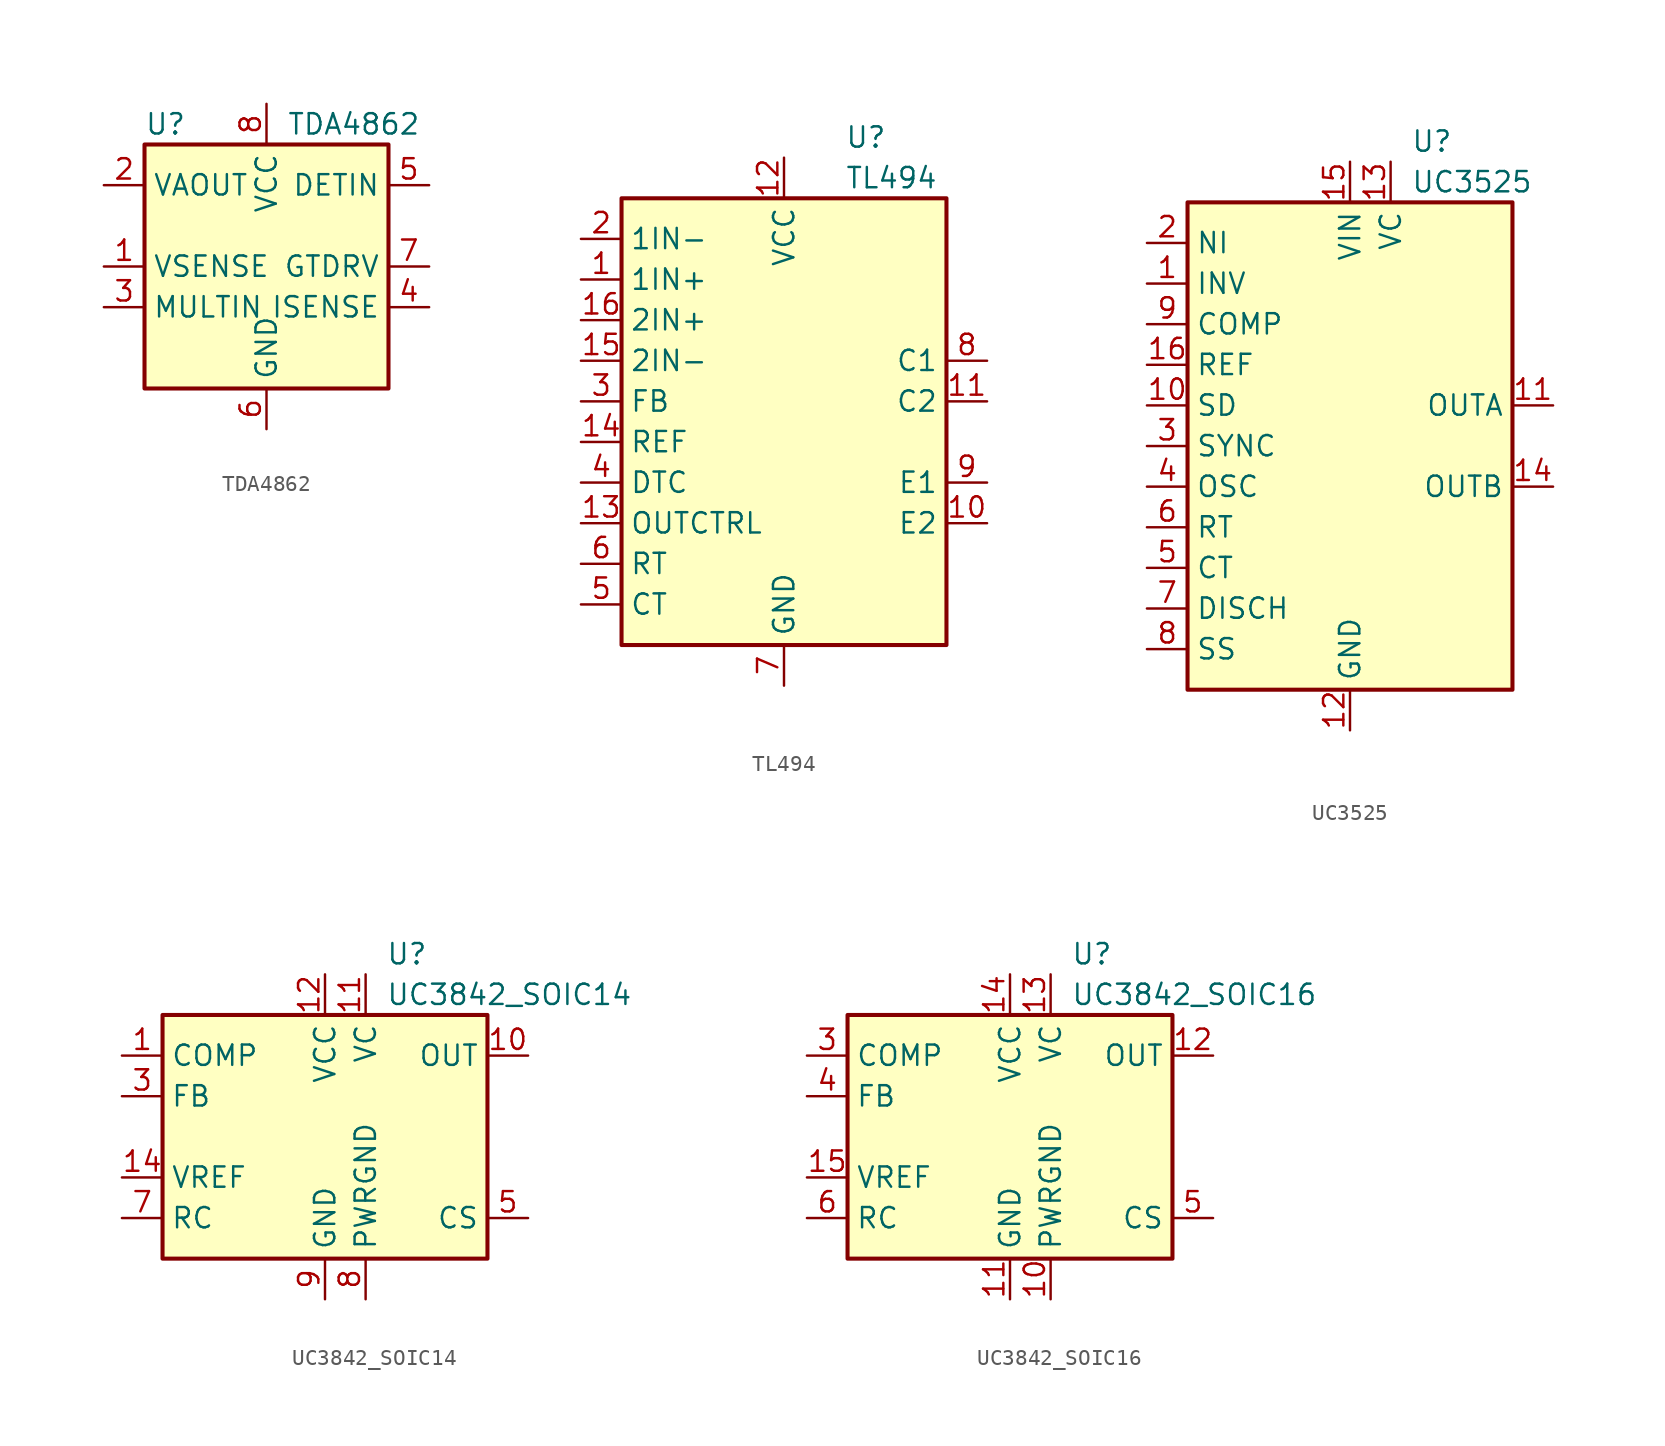
<source format=kicad_sym>
(kicad_symbol_lib
  (version 20241209)
  (generator "kicad_symbol_editor")
  (generator_version "9.0")
  (symbol "TDA4862"
    (property "Reference" "U"
      (at -7.62 8.89 0)
      (effects (font (size 1.27 1.27)) (justify left)))
    (property "Value" "TDA4862"
      (at 1.27 8.89 0)
      (effects (font (size 1.27 1.27)) (justify left)))
    (symbol "TDA4862_0_0"
      (rectangle (start -7.62 7.62) (end 7.62 -7.62) (stroke (width 0.254) (type default)) (fill (type background))))
    (symbol "TDA4862_1_1"
      (pin output line (at -10.16 5.08 0) (length 2.54) (name "VAOUT" (effects (font (size 1.27 1.27)))) (number "2" (effects (font (size 1.27 1.27)))))
      (pin input line (at -10.16 0 0) (length 2.54) (name "VSENSE" (effects (font (size 1.27 1.27)))) (number "1" (effects (font (size 1.27 1.27)))))
      (pin input line (at -10.16 -2.54 0) (length 2.54) (name "MULTIN" (effects (font (size 1.27 1.27)))) (number "3" (effects (font (size 1.27 1.27)))))
      (pin power_in line (at 0 10.16 270) (length 2.54) (name "VCC" (effects (font (size 1.27 1.27)))) (number "8" (effects (font (size 1.27 1.27)))))
      (pin power_in line (at 0 -10.16 90) (length 2.54) (name "GND" (effects (font (size 1.27 1.27)))) (number "6" (effects (font (size 1.27 1.27)))))
      (pin passive line (at 10.16 5.08 180) (length 2.54) (name "DETIN" (effects (font (size 1.27 1.27)))) (number "5" (effects (font (size 1.27 1.27)))))
      (pin output line (at 10.16 0 180) (length 2.54) (name "GTDRV" (effects (font (size 1.27 1.27)))) (number "7" (effects (font (size 1.27 1.27)))))
      (pin input line (at 10.16 -2.54 180) (length 2.54) (name "ISENSE" (effects (font (size 1.27 1.27)))) (number "4" (effects (font (size 1.27 1.27)))))))
  (symbol "TL494"
    (property "Reference" "U"
      (at 3.81 19.05 0)
      (effects (font (size 1.27 1.27)) (justify left)))
    (property "Value" "TL494"
      (at 3.81 16.51 0)
      (effects (font (size 1.27 1.27)) (justify left)))
    (symbol "TL494_0_1"
      (rectangle (start -10.16 -12.7) (end 10.16 15.24) (stroke (width 0.254) (type default)) (fill (type background))))
    (symbol "TL494_1_1"
      (pin input line (at -12.7 12.7 0) (length 2.54) (name "1IN-" (effects (font (size 1.27 1.27)))) (number "2" (effects (font (size 1.27 1.27)))))
      (pin input line (at -12.7 10.16 0) (length 2.54) (name "1IN+" (effects (font (size 1.27 1.27)))) (number "1" (effects (font (size 1.27 1.27)))))
      (pin input line (at -12.7 7.62 0) (length 2.54) (name "2IN+" (effects (font (size 1.27 1.27)))) (number "16" (effects (font (size 1.27 1.27)))))
      (pin input line (at -12.7 5.08 0) (length 2.54) (name "2IN-" (effects (font (size 1.27 1.27)))) (number "15" (effects (font (size 1.27 1.27)))))
      (pin output line (at -12.7 2.54 0) (length 2.54) (name "FB" (effects (font (size 1.27 1.27)))) (number "3" (effects (font (size 1.27 1.27)))))
      (pin power_out line (at -12.7 0 0) (length 2.54) (name "REF" (effects (font (size 1.27 1.27)))) (number "14" (effects (font (size 1.27 1.27)))))
      (pin input line (at -12.7 -2.54 0) (length 2.54) (name "DTC" (effects (font (size 1.27 1.27)))) (number "4" (effects (font (size 1.27 1.27)))))
      (pin input line (at -12.7 -5.08 0) (length 2.54) (name "OUTCTRL" (effects (font (size 1.27 1.27)))) (number "13" (effects (font (size 1.27 1.27)))))
      (pin passive line (at -12.7 -7.62 0) (length 2.54) (name "RT" (effects (font (size 1.27 1.27)))) (number "6" (effects (font (size 1.27 1.27)))))
      (pin passive line (at -12.7 -10.16 0) (length 2.54) (name "CT" (effects (font (size 1.27 1.27)))) (number "5" (effects (font (size 1.27 1.27)))))
      (pin power_in line (at 0 17.78 270) (length 2.54) (name "VCC" (effects (font (size 1.27 1.27)))) (number "12" (effects (font (size 1.27 1.27)))))
      (pin power_in line (at 0 -15.24 90) (length 2.54) (name "GND" (effects (font (size 1.27 1.27)))) (number "7" (effects (font (size 1.27 1.27)))))
      (pin passive line (at 12.7 5.08 180) (length 2.54) (name "C1" (effects (font (size 1.27 1.27)))) (number "8" (effects (font (size 1.27 1.27)))))
      (pin passive line (at 12.7 2.54 180) (length 2.54) (name "C2" (effects (font (size 1.27 1.27)))) (number "11" (effects (font (size 1.27 1.27)))))
      (pin passive line (at 12.7 -2.54 180) (length 2.54) (name "E1" (effects (font (size 1.27 1.27)))) (number "9" (effects (font (size 1.27 1.27)))))
      (pin passive line (at 12.7 -5.08 180) (length 2.54) (name "E2" (effects (font (size 1.27 1.27)))) (number "10" (effects (font (size 1.27 1.27)))))))
  (symbol "UC3525"
    (property "Reference" "U"
      (at 3.81 19.05 0)
      (effects (font (size 1.27 1.27)) (justify left)))
    (property "Value" "UC3525"
      (at 3.81 16.51 0)
      (effects (font (size 1.27 1.27)) (justify left)))
    (symbol "UC3525_0_1"
      (rectangle (start -10.16 -15.24) (end 10.16 15.24) (stroke (width 0.254) (type default)) (fill (type background))))
    (symbol "UC3525_1_1"
      (pin input line (at -12.7 12.7 0) (length 2.54) (name "NI" (effects (font (size 1.27 1.27)))) (number "2" (effects (font (size 1.27 1.27)))))
      (pin input line (at -12.7 10.16 0) (length 2.54) (name "INV" (effects (font (size 1.27 1.27)))) (number "1" (effects (font (size 1.27 1.27)))))
      (pin passive line (at -12.7 7.62 0) (length 2.54) (name "COMP" (effects (font (size 1.27 1.27)))) (number "9" (effects (font (size 1.27 1.27)))))
      (pin power_in line (at -12.7 5.08 0) (length 2.54) (name "REF" (effects (font (size 1.27 1.27)))) (number "16" (effects (font (size 1.27 1.27)))))
      (pin passive line (at -12.7 2.54 0) (length 2.54) (name "SD" (effects (font (size 1.27 1.27)))) (number "10" (effects (font (size 1.27 1.27)))))
      (pin passive line (at -12.7 0 0) (length 2.54) (name "SYNC" (effects (font (size 1.27 1.27)))) (number "3" (effects (font (size 1.27 1.27)))))
      (pin output line (at -12.7 -2.54 0) (length 2.54) (name "OSC" (effects (font (size 1.27 1.27)))) (number "4" (effects (font (size 1.27 1.27)))))
      (pin passive line (at -12.7 -5.08 0) (length 2.54) (name "RT" (effects (font (size 1.27 1.27)))) (number "6" (effects (font (size 1.27 1.27)))))
      (pin passive line (at -12.7 -7.62 0) (length 2.54) (name "CT" (effects (font (size 1.27 1.27)))) (number "5" (effects (font (size 1.27 1.27)))))
      (pin open_collector line (at -12.7 -10.16 0) (length 2.54) (name "DISCH" (effects (font (size 1.27 1.27)))) (number "7" (effects (font (size 1.27 1.27)))))
      (pin passive line (at -12.7 -12.7 0) (length 2.54) (name "SS" (effects (font (size 1.27 1.27)))) (number "8" (effects (font (size 1.27 1.27)))))
      (pin power_in line (at 0 17.78 270) (length 2.54) (name "VIN" (effects (font (size 1.27 1.27)))) (number "15" (effects (font (size 1.27 1.27)))))
      (pin power_in line (at 0 -17.78 90) (length 2.54) (name "GND" (effects (font (size 1.27 1.27)))) (number "12" (effects (font (size 1.27 1.27)))))
      (pin power_in line (at 2.54 17.78 270) (length 2.54) (name "VC" (effects (font (size 1.27 1.27)))) (number "13" (effects (font (size 1.27 1.27)))))
      (pin output line (at 12.7 2.54 180) (length 2.54) (name "OUTA" (effects (font (size 1.27 1.27)))) (number "11" (effects (font (size 1.27 1.27)))))
      (pin output line (at 12.7 -2.54 180) (length 2.54) (name "OUTB" (effects (font (size 1.27 1.27)))) (number "14" (effects (font (size 1.27 1.27)))))))
  (symbol "UC3842_SOIC14"
    (property "Reference" "U"
      (at 3.81 11.43 0)
      (effects (font (size 1.27 1.27)) (justify left)))
    (property "Value" "UC3842_SOIC14"
      (at 3.81 8.89 0)
      (effects (font (size 1.27 1.27)) (justify left)))
    (symbol "UC3842_SOIC14_0_1"
      (rectangle (start -10.16 -7.62) (end 10.16 7.62) (stroke (width 0.254) (type default)) (fill (type background))))
    (symbol "UC3842_SOIC14_1_1"
      (pin passive line (at -12.7 5.08 0) (length 2.54) (name "COMP" (effects (font (size 1.27 1.27)))) (number "1" (effects (font (size 1.27 1.27)))))
      (pin input line (at -12.7 2.54 0) (length 2.54) (name "FB" (effects (font (size 1.27 1.27)))) (number "3" (effects (font (size 1.27 1.27)))))
      (pin power_out line (at -12.7 -2.54 0) (length 2.54) (name "VREF" (effects (font (size 1.27 1.27)))) (number "14" (effects (font (size 1.27 1.27)))))
      (pin passive line (at -12.7 -5.08 0) (length 2.54) (name "RC" (effects (font (size 1.27 1.27)))) (number "7" (effects (font (size 1.27 1.27)))))
      (pin no_connect line (at -10.16 -7.62 90) (length 2.54) (hide yes) (name "NC" (effects (font (size 1.27 1.27)))) (number "2" (effects (font (size 1.27 1.27)))))
      (pin no_connect line (at -7.62 -7.62 90) (length 2.54) (hide yes) (name "NC" (effects (font (size 1.27 1.27)))) (number "4" (effects (font (size 1.27 1.27)))))
      (pin no_connect line (at -5.08 -7.62 90) (length 2.54) (hide yes) (name "NC" (effects (font (size 1.27 1.27)))) (number "6" (effects (font (size 1.27 1.27)))))
      (pin no_connect line (at -2.54 -7.62 90) (length 2.54) (hide yes) (name "NC" (effects (font (size 1.27 1.27)))) (number "13" (effects (font (size 1.27 1.27)))))
      (pin power_in line (at 0 10.16 270) (length 2.54) (name "VCC" (effects (font (size 1.27 1.27)))) (number "12" (effects (font (size 1.27 1.27)))))
      (pin power_in line (at 0 -10.16 90) (length 2.54) (name "GND" (effects (font (size 1.27 1.27)))) (number "9" (effects (font (size 1.27 1.27)))))
      (pin power_in line (at 2.54 10.16 270) (length 2.54) (name "VC" (effects (font (size 1.27 1.27)))) (number "11" (effects (font (size 1.27 1.27)))))
      (pin power_in line (at 2.54 -10.16 90) (length 2.54) (name "PWRGND" (effects (font (size 1.27 1.27)))) (number "8" (effects (font (size 1.27 1.27)))))
      (pin output line (at 12.7 5.08 180) (length 2.54) (name "OUT" (effects (font (size 1.27 1.27)))) (number "10" (effects (font (size 1.27 1.27)))))
      (pin input line (at 12.7 -5.08 180) (length 2.54) (name "CS" (effects (font (size 1.27 1.27)))) (number "5" (effects (font (size 1.27 1.27)))))))
  (symbol "UC3842_SOIC16"
    (property "Reference" "U"
      (at 3.81 11.43 0)
      (effects (font (size 1.27 1.27)) (justify left)))
    (property "Value" "UC3842_SOIC16"
      (at 3.81 8.89 0)
      (effects (font (size 1.27 1.27)) (justify left)))
    (symbol "UC3842_SOIC16_0_1"
      (rectangle (start -10.16 -7.62) (end 10.16 7.62) (stroke (width 0.254) (type default)) (fill (type background))))
    (symbol "UC3842_SOIC16_1_1"
      (pin passive line (at -12.7 5.08 0) (length 2.54) (name "COMP" (effects (font (size 1.27 1.27)))) (number "3" (effects (font (size 1.27 1.27)))))
      (pin input line (at -12.7 2.54 0) (length 2.54) (name "FB" (effects (font (size 1.27 1.27)))) (number "4" (effects (font (size 1.27 1.27)))))
      (pin power_out line (at -12.7 -2.54 0) (length 2.54) (name "VREF" (effects (font (size 1.27 1.27)))) (number "15" (effects (font (size 1.27 1.27)))))
      (pin passive line (at -12.7 -5.08 0) (length 2.54) (name "RC" (effects (font (size 1.27 1.27)))) (number "6" (effects (font (size 1.27 1.27)))))
      (pin no_connect line (at -10.16 -7.62 90) (length 2.54) (hide yes) (name "NC" (effects (font (size 1.27 1.27)))) (number "1" (effects (font (size 1.27 1.27)))))
      (pin no_connect line (at -7.62 -7.62 90) (length 2.54) (hide yes) (name "NC" (effects (font (size 1.27 1.27)))) (number "2" (effects (font (size 1.27 1.27)))))
      (pin no_connect line (at -5.08 -7.62 90) (length 2.54) (hide yes) (name "NC" (effects (font (size 1.27 1.27)))) (number "7" (effects (font (size 1.27 1.27)))))
      (pin no_connect line (at -2.54 -7.62 90) (length 2.54) (hide yes) (name "NC" (effects (font (size 1.27 1.27)))) (number "8" (effects (font (size 1.27 1.27)))))
      (pin power_in line (at 0 10.16 270) (length 2.54) (name "VCC" (effects (font (size 1.27 1.27)))) (number "14" (effects (font (size 1.27 1.27)))))
      (pin power_in line (at 0 -10.16 90) (length 2.54) (name "GND" (effects (font (size 1.27 1.27)))) (number "11" (effects (font (size 1.27 1.27)))))
      (pin power_in line (at 2.54 10.16 270) (length 2.54) (name "VC" (effects (font (size 1.27 1.27)))) (number "13" (effects (font (size 1.27 1.27)))))
      (pin power_in line (at 2.54 -10.16 90) (length 2.54) (name "PWRGND" (effects (font (size 1.27 1.27)))) (number "10" (effects (font (size 1.27 1.27)))))
      (pin no_connect line (at 5.08 -7.62 90) (length 2.54) (hide yes) (name "NC" (effects (font (size 1.27 1.27)))) (number "9" (effects (font (size 1.27 1.27)))))
      (pin no_connect line (at 7.62 -7.62 90) (length 2.54) (hide yes) (name "NC" (effects (font (size 1.27 1.27)))) (number "16" (effects (font (size 1.27 1.27)))))
      (pin output line (at 12.7 5.08 180) (length 2.54) (name "OUT" (effects (font (size 1.27 1.27)))) (number "12" (effects (font (size 1.27 1.27)))))
      (pin input line (at 12.7 -5.08 180) (length 2.54) (name "CS" (effects (font (size 1.27 1.27)))) (number "5" (effects (font (size 1.27 1.27))))))))
</source>
